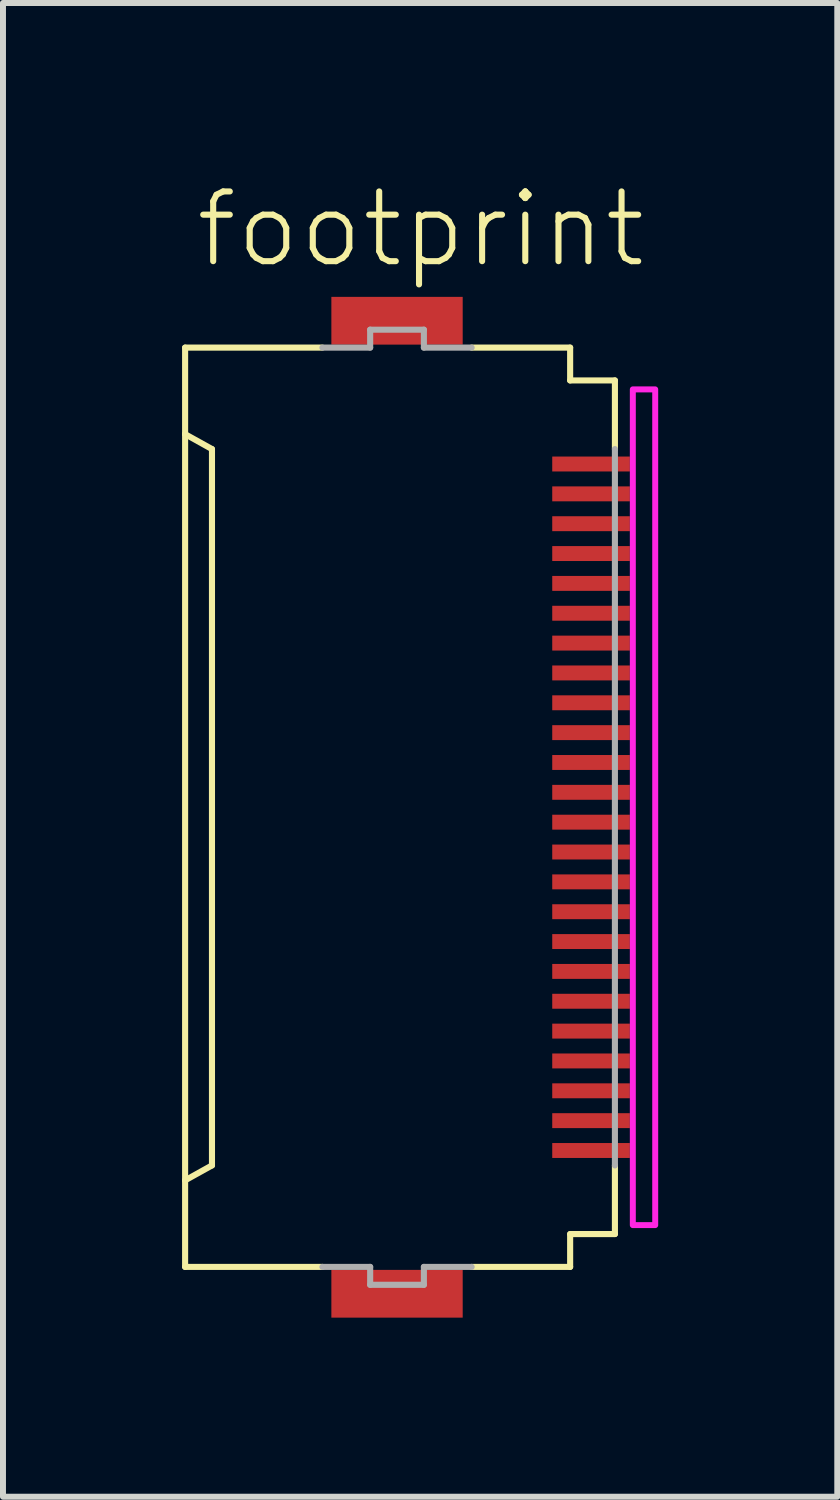
<source format=kicad_pcb>
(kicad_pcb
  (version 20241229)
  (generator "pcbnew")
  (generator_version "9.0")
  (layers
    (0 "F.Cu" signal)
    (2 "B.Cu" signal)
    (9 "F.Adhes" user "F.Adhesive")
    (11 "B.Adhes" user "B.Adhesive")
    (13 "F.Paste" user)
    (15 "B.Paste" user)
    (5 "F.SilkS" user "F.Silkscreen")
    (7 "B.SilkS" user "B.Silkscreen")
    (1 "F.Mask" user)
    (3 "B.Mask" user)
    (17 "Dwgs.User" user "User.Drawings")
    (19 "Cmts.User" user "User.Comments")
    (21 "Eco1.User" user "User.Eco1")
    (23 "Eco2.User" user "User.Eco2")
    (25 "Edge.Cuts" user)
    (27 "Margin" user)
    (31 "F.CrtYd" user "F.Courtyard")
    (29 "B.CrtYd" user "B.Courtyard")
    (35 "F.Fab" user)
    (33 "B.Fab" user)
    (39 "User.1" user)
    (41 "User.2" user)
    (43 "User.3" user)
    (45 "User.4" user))
  (footprint "footprint"
    (layer "F.Cu")
    (at 3.676 10.473)
    (property "Reference" "footprint" (at -3.5 -9 0) (layer "F.SilkS") (effects (font (size 1.168 1.168) (thickness 0.102)) (justify left bottom)))
    (fp_poly (pts (xy 2.475 -5.575) (xy 3.875 -5.575) (xy 3.875 -5.925) (xy 2.475 -5.925)) (stroke (width 0) (type solid)) (fill yes) (layer "F.Mask"))
    (fp_poly (pts (xy 2.475 -5.075) (xy 3.875 -5.075) (xy 3.875 -5.425) (xy 2.475 -5.425)) (stroke (width 0) (type solid)) (fill yes) (layer "F.Mask"))
    (fp_poly (pts (xy 2.475 -4.575) (xy 3.875 -4.575) (xy 3.875 -4.925) (xy 2.475 -4.925)) (stroke (width 0) (type solid)) (fill yes) (layer "F.Mask"))
    (fp_poly (pts (xy 2.475 -4.075) (xy 3.875 -4.075) (xy 3.875 -4.425) (xy 2.475 -4.425)) (stroke (width 0) (type solid)) (fill yes) (layer "F.Mask"))
    (fp_poly (pts (xy 2.475 -3.575) (xy 3.875 -3.575) (xy 3.875 -3.925) (xy 2.475 -3.925)) (stroke (width 0) (type solid)) (fill yes) (layer "F.Mask"))
    (fp_poly (pts (xy 2.475 -3.075) (xy 3.875 -3.075) (xy 3.875 -3.425) (xy 2.475 -3.425)) (stroke (width 0) (type solid)) (fill yes) (layer "F.Mask"))
    (fp_poly (pts (xy 2.475 -2.575) (xy 3.875 -2.575) (xy 3.875 -2.925) (xy 2.475 -2.925)) (stroke (width 0) (type solid)) (fill yes) (layer "F.Mask"))
    (fp_poly (pts (xy 2.475 -2.075) (xy 3.875 -2.075) (xy 3.875 -2.425) (xy 2.475 -2.425)) (stroke (width 0) (type solid)) (fill yes) (layer "F.Mask"))
    (fp_poly (pts (xy 2.475 -1.575) (xy 3.875 -1.575) (xy 3.875 -1.925) (xy 2.475 -1.925)) (stroke (width 0) (type solid)) (fill yes) (layer "F.Mask"))
    (fp_poly (pts (xy 2.475 -1.075) (xy 3.875 -1.075) (xy 3.875 -1.425) (xy 2.475 -1.425)) (stroke (width 0) (type solid)) (fill yes) (layer "F.Mask"))
    (fp_poly (pts (xy 2.475 -0.575) (xy 3.875 -0.575) (xy 3.875 -0.925) (xy 2.475 -0.925)) (stroke (width 0) (type solid)) (fill yes) (layer "F.Mask"))
    (fp_poly (pts (xy 2.475 -0.075) (xy 3.875 -0.075) (xy 3.875 -0.425) (xy 2.475 -0.425)) (stroke (width 0) (type solid)) (fill yes) (layer "F.Mask"))
    (fp_poly (pts (xy 2.475 0.425) (xy 3.875 0.425) (xy 3.875 0.075) (xy 2.475 0.075)) (stroke (width 0) (type solid)) (fill yes) (layer "F.Mask"))
    (fp_poly (pts (xy 2.475 0.925) (xy 3.875 0.925) (xy 3.875 0.575) (xy 2.475 0.575)) (stroke (width 0) (type solid)) (fill yes) (layer "F.Mask"))
    (fp_poly (pts (xy 2.475 1.425) (xy 3.875 1.425) (xy 3.875 1.075) (xy 2.475 1.075)) (stroke (width 0) (type solid)) (fill yes) (layer "F.Mask"))
    (fp_poly (pts (xy 2.475 1.925) (xy 3.875 1.925) (xy 3.875 1.575) (xy 2.475 1.575)) (stroke (width 0) (type solid)) (fill yes) (layer "F.Mask"))
    (fp_poly (pts (xy 2.475 2.425) (xy 3.875 2.425) (xy 3.875 2.075) (xy 2.475 2.075)) (stroke (width 0) (type solid)) (fill yes) (layer "F.Mask"))
    (fp_poly (pts (xy 2.475 2.925) (xy 3.875 2.925) (xy 3.875 2.575) (xy 2.475 2.575)) (stroke (width 0) (type solid)) (fill yes) (layer "F.Mask"))
    (fp_poly (pts (xy 2.475 3.425) (xy 3.875 3.425) (xy 3.875 3.075) (xy 2.475 3.075)) (stroke (width 0) (type solid)) (fill yes) (layer "F.Mask"))
    (fp_poly (pts (xy 2.475 3.925) (xy 3.875 3.925) (xy 3.875 3.575) (xy 2.475 3.575)) (stroke (width 0) (type solid)) (fill yes) (layer "F.Mask"))
    (fp_poly (pts (xy 2.475 4.425) (xy 3.875 4.425) (xy 3.875 4.075) (xy 2.475 4.075)) (stroke (width 0) (type solid)) (fill yes) (layer "F.Mask"))
    (fp_poly (pts (xy 2.475 4.925) (xy 3.875 4.925) (xy 3.875 4.575) (xy 2.475 4.575)) (stroke (width 0) (type solid)) (fill yes) (layer "F.Mask"))
    (fp_poly (pts (xy 2.475 5.425) (xy 3.875 5.425) (xy 3.875 5.075) (xy 2.475 5.075)) (stroke (width 0) (type solid)) (fill yes) (layer "F.Mask"))
    (fp_poly (pts (xy 2.475 5.925) (xy 3.875 5.925) (xy 3.875 5.575) (xy 2.475 5.575)) (stroke (width 0) (type solid)) (fill yes) (layer "F.Mask"))
    (fp_line (start -3.625 -7.7) (end -1.325 -7.7) (stroke (width 0.102) (type solid)) (layer "F.SilkS"))
    (fp_line (start -3.625 -6.25) (end -3.625 -7.7) (stroke (width 0.102) (type solid)) (layer "F.SilkS"))
    (fp_line (start -3.625 -6.25) (end -3.625 6.25) (stroke (width 0.102) (type solid)) (layer "F.SilkS"))
    (fp_line (start -3.625 6.25) (end -3.175 6) (stroke (width 0.102) (type solid)) (layer "F.SilkS"))
    (fp_line (start -3.625 7.7) (end -3.625 6.25) (stroke (width 0.102) (type solid)) (layer "F.SilkS"))
    (fp_line (start -3.175 -6) (end -3.625 -6.25) (stroke (width 0.102) (type solid)) (layer "F.SilkS"))
    (fp_line (start -3.175 6) (end -3.175 -6) (stroke (width 0.102) (type solid)) (layer "F.SilkS"))
    (fp_line (start -1.325 7.7) (end -3.625 7.7) (stroke (width 0.102) (type solid)) (layer "F.SilkS"))
    (fp_line (start 1.175 -7.7) (end 2.825 -7.7) (stroke (width 0.102) (type solid)) (layer "F.SilkS"))
    (fp_line (start 1.175 7.7) (end 2.825 7.7) (stroke (width 0.102) (type solid)) (layer "F.SilkS"))
    (fp_line (start 2.825 -7.7) (end 2.825 -7.15) (stroke (width 0.102) (type solid)) (layer "F.SilkS"))
    (fp_line (start 2.825 -7.15) (end 3.575 -7.15) (stroke (width 0.102) (type solid)) (layer "F.SilkS"))
    (fp_line (start 2.825 7.15) (end 2.825 7.7) (stroke (width 0.102) (type solid)) (layer "F.SilkS"))
    (fp_line (start 2.825 7.15) (end 3.575 7.15) (stroke (width 0.102) (type solid)) (layer "F.SilkS"))
    (fp_line (start 3.575 -7.15) (end 3.575 -6) (stroke (width 0.102) (type solid)) (layer "F.SilkS"))
    (fp_line (start 3.575 6) (end 3.575 7.15) (stroke (width 0.102) (type solid)) (layer "F.SilkS"))
    (fp_poly (pts (xy 3.875 7) (xy 4.25 7) (xy 4.25 -7) (xy 3.875 -7)) (stroke (width 0.1) (type solid)) (fill no) (layer "F.CrtYd"))
    (fp_line (start -1.325 -7.7) (end -0.525 -7.7) (stroke (width 0.102) (type solid)) (layer "F.Fab"))
    (fp_line (start -0.525 -8) (end 0.375 -8) (stroke (width 0.102) (type solid)) (layer "F.Fab"))
    (fp_line (start -0.525 -7.7) (end -0.525 -8) (stroke (width 0.102) (type solid)) (layer "F.Fab"))
    (fp_line (start -0.525 7.7) (end -1.325 7.7) (stroke (width 0.102) (type solid)) (layer "F.Fab"))
    (fp_line (start -0.525 8) (end -0.525 7.7) (stroke (width 0.102) (type solid)) (layer "F.Fab"))
    (fp_line (start 0.375 -8) (end 0.375 -7.7) (stroke (width 0.102) (type solid)) (layer "F.Fab"))
    (fp_line (start 0.375 -7.7) (end 1.175 -7.7) (stroke (width 0.102) (type solid)) (layer "F.Fab"))
    (fp_line (start 0.375 7.7) (end 0.375 8) (stroke (width 0.102) (type solid)) (layer "F.Fab"))
    (fp_line (start 0.375 8) (end -0.525 8) (stroke (width 0.102) (type solid)) (layer "F.Fab"))
    (fp_line (start 1.175 7.7) (end 0.375 7.7) (stroke (width 0.102) (type solid)) (layer "F.Fab"))
    (fp_line (start 3.575 -6) (end 3.575 6) (stroke (width 0.102) (type solid)) (layer "F.Fab"))
    (pad "1" smd rect (at 3.175 -5.75) (size 1.3 0.25) (layers "F.Cu" "F.Paste"))
    (pad "2" smd rect (at 3.175 -5.25) (size 1.3 0.25) (layers "F.Cu" "F.Paste"))
    (pad "3" smd rect (at 3.175 -4.75) (size 1.3 0.25) (layers "F.Cu" "F.Paste"))
    (pad "4" smd rect (at 3.175 -4.25) (size 1.3 0.25) (layers "F.Cu" "F.Paste"))
    (pad "5" smd rect (at 3.175 -3.75) (size 1.3 0.25) (layers "F.Cu" "F.Paste"))
    (pad "6" smd rect (at 3.175 -3.25) (size 1.3 0.25) (layers "F.Cu" "F.Paste"))
    (pad "7" smd rect (at 3.175 -2.75) (size 1.3 0.25) (layers "F.Cu" "F.Paste"))
    (pad "8" smd rect (at 3.175 -2.25) (size 1.3 0.25) (layers "F.Cu" "F.Paste"))
    (pad "9" smd rect (at 3.175 -1.75) (size 1.3 0.25) (layers "F.Cu" "F.Paste"))
    (pad "10" smd rect (at 3.175 -1.25) (size 1.3 0.25) (layers "F.Cu" "F.Paste"))
    (pad "11" smd rect (at 3.175 -0.75) (size 1.3 0.25) (layers "F.Cu" "F.Paste"))
    (pad "12" smd rect (at 3.175 -0.25) (size 1.3 0.25) (layers "F.Cu" "F.Paste"))
    (pad "13" smd rect (at 3.175 0.25) (size 1.3 0.25) (layers "F.Cu" "F.Paste"))
    (pad "14" smd rect (at 3.175 0.75) (size 1.3 0.25) (layers "F.Cu" "F.Paste"))
    (pad "15" smd rect (at 3.175 1.25) (size 1.3 0.25) (layers "F.Cu" "F.Paste"))
    (pad "16" smd rect (at 3.175 1.75) (size 1.3 0.25) (layers "F.Cu" "F.Paste"))
    (pad "17" smd rect (at 3.175 2.25) (size 1.3 0.25) (layers "F.Cu" "F.Paste"))
    (pad "18" smd rect (at 3.175 2.75) (size 1.3 0.25) (layers "F.Cu" "F.Paste"))
    (pad "19" smd rect (at 3.175 3.25) (size 1.3 0.25) (layers "F.Cu" "F.Paste"))
    (pad "20" smd rect (at 3.175 3.75) (size 1.3 0.25) (layers "F.Cu" "F.Paste"))
    (pad "21" smd rect (at 3.175 4.25) (size 1.3 0.25) (layers "F.Cu" "F.Paste"))
    (pad "22" smd rect (at 3.175 4.75) (size 1.3 0.25) (layers "F.Cu" "F.Paste"))
    (pad "23" smd rect (at 3.175 5.25) (size 1.3 0.25) (layers "F.Cu" "F.Paste"))
    (pad "24" smd rect (at 3.175 5.75) (size 1.3 0.25) (layers "F.Cu" "F.Paste"))
    (pad "M1" smd rect (at -0.075 -8.15) (size 2.2 0.8) (layers "F.Cu" "F.Mask" "F.Paste"))
    (pad "M2" smd rect (at -0.075 8.15) (size 2.2 0.8) (layers "F.Cu" "F.Mask" "F.Paste"))
    (zone (net_name "") (layers "F.Cu" "B.Cu") (hatch edge 0.508) (connect_pads) (min_thickness 0.254) (filled_areas_thickness no) (keepout (tracks allowed) (vias not_allowed) (pads allowed) (copperpour allowed) (footprints allowed)) (placement (enabled no)) (fill) (polygon (pts (xy 3.901 16.473) (xy 6.151 16.473) (xy 6.151 4.473) (xy 3.901 4.473)))))
  (gr_rect
    (start -3 -3)
    (end 10.976 22.023)
    (stroke (width 0.1) (type default))
    (fill no)
    (layer "Edge.Cuts")))
</source>
